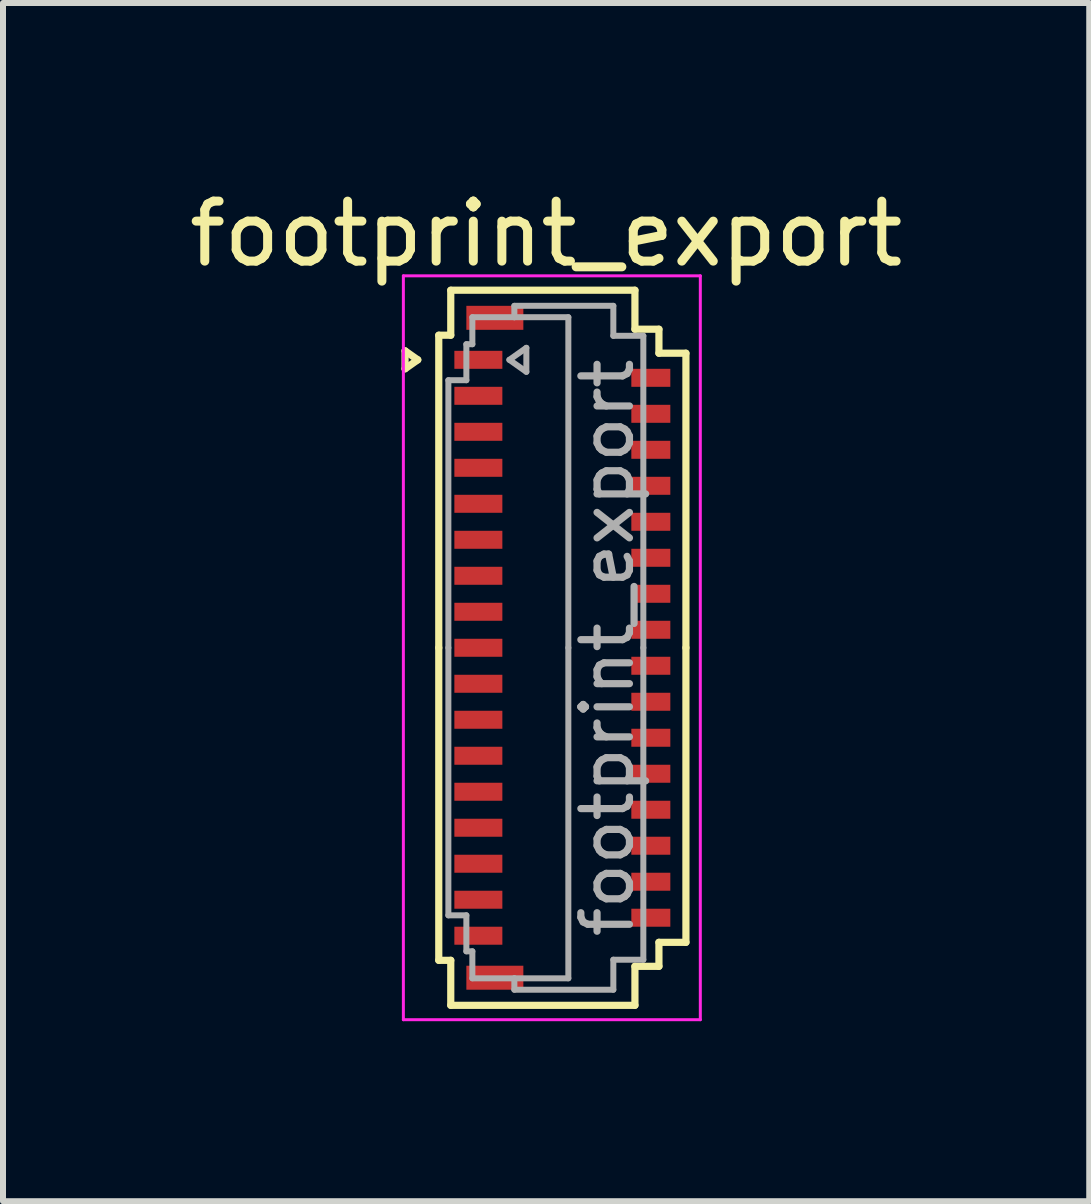
<source format=kicad_pcb>
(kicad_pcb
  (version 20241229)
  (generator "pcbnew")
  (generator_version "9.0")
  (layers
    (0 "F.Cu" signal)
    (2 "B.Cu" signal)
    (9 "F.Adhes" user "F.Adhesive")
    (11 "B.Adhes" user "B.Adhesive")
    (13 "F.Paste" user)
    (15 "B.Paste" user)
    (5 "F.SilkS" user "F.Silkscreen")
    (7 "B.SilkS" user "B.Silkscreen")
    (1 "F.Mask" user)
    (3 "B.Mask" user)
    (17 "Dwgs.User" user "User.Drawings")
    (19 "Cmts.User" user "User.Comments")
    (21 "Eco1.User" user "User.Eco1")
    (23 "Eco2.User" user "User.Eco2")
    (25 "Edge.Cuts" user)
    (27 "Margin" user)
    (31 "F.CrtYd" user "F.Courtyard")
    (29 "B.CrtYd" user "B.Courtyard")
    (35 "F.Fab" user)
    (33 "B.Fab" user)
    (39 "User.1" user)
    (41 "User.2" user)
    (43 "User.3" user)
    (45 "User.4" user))
  (footprint "footprint_export"
    (layer "F.Cu")
    (at 6.324 7.748)
    (property "Reference" "footprint_export" (at -0.27 -6.9 0) (layer "F.SilkS") (effects (font (size 1 1) (thickness 0.15))))
    (attr smd)
    (fp_line (start -2.622 -4.95) (end -2.41 -4.8) (stroke (width 0.12) (type solid)) (layer "F.SilkS"))
    (fp_line (start -2.622 -4.65) (end -2.622 -4.95) (stroke (width 0.12) (type solid)) (layer "F.SilkS"))
    (fp_line (start -2.41 -4.8) (end -2.622 -4.65) (stroke (width 0.12) (type solid)) (layer "F.SilkS"))
    (fp_line (start -2.06 -5.21) (end -2.06 0) (stroke (width 0.12) (type solid)) (layer "F.SilkS"))
    (fp_line (start -2.06 5.21) (end -2.06 0) (stroke (width 0.12) (type solid)) (layer "F.SilkS"))
    (fp_line (start -1.86 -5.96) (end -1.86 -5.21) (stroke (width 0.12) (type solid)) (layer "F.SilkS"))
    (fp_line (start -1.86 -5.21) (end -2.06 -5.21) (stroke (width 0.12) (type solid)) (layer "F.SilkS"))
    (fp_line (start -1.86 5.21) (end -2.06 5.21) (stroke (width 0.12) (type solid)) (layer "F.SilkS"))
    (fp_line (start -1.86 5.96) (end -1.86 5.21) (stroke (width 0.12) (type solid)) (layer "F.SilkS"))
    (fp_line (start 1.21 -5.96) (end -1.86 -5.96) (stroke (width 0.12) (type solid)) (layer "F.SilkS"))
    (fp_line (start 1.21 -5.31) (end 1.21 -5.96) (stroke (width 0.12) (type solid)) (layer "F.SilkS"))
    (fp_line (start 1.21 5.31) (end 1.21 5.96) (stroke (width 0.12) (type solid)) (layer "F.SilkS"))
    (fp_line (start 1.21 5.96) (end -1.86 5.96) (stroke (width 0.12) (type solid)) (layer "F.SilkS"))
    (fp_line (start 1.61 -5.31) (end 1.21 -5.31) (stroke (width 0.12) (type solid)) (layer "F.SilkS"))
    (fp_line (start 1.61 -4.91) (end 1.61 -5.31) (stroke (width 0.12) (type solid)) (layer "F.SilkS"))
    (fp_line (start 1.61 4.91) (end 1.61 5.31) (stroke (width 0.12) (type solid)) (layer "F.SilkS"))
    (fp_line (start 1.61 5.31) (end 1.21 5.31) (stroke (width 0.12) (type solid)) (layer "F.SilkS"))
    (fp_line (start 2.06 -4.91) (end 1.61 -4.91) (stroke (width 0.12) (type solid)) (layer "F.SilkS"))
    (fp_line (start 2.06 0) (end 2.06 -4.91) (stroke (width 0.12) (type solid)) (layer "F.SilkS"))
    (fp_line (start 2.06 0) (end 2.06 4.91) (stroke (width 0.12) (type solid)) (layer "F.SilkS"))
    (fp_line (start 2.06 4.91) (end 1.61 4.91) (stroke (width 0.12) (type solid)) (layer "F.SilkS"))
    (fp_line (start -2.65 -6.2) (end -2.65 6.2) (stroke (width 0.05) (type solid)) (layer "F.CrtYd"))
    (fp_line (start -2.65 6.2) (end 2.3 6.2) (stroke (width 0.05) (type solid)) (layer "F.CrtYd"))
    (fp_line (start 2.3 -6.2) (end -2.65 -6.2) (stroke (width 0.05) (type solid)) (layer "F.CrtYd"))
    (fp_line (start 2.3 6.2) (end 2.3 -6.2) (stroke (width 0.05) (type solid)) (layer "F.CrtYd"))
    (fp_line (start -1.9 -4.46) (end -1.6 -4.46) (stroke (width 0.1) (type solid)) (layer "F.Fab"))
    (fp_line (start -1.9 0) (end -1.9 -4.46) (stroke (width 0.1) (type solid)) (layer "F.Fab"))
    (fp_line (start -1.9 0) (end -1.9 4.46) (stroke (width 0.1) (type solid)) (layer "F.Fab"))
    (fp_line (start -1.9 4.46) (end -1.6 4.46) (stroke (width 0.1) (type solid)) (layer "F.Fab"))
    (fp_line (start -1.6 -5.06) (end -1.5 -5.06) (stroke (width 0.1) (type solid)) (layer "F.Fab"))
    (fp_line (start -1.6 -4.46) (end -1.6 -5.06) (stroke (width 0.1) (type solid)) (layer "F.Fab"))
    (fp_line (start -1.6 4.46) (end -1.6 5.06) (stroke (width 0.1) (type solid)) (layer "F.Fab"))
    (fp_line (start -1.6 5.06) (end -1.5 5.06) (stroke (width 0.1) (type solid)) (layer "F.Fab"))
    (fp_line (start -1.5 -5.51) (end -0.8 -5.51) (stroke (width 0.1) (type solid)) (layer "F.Fab"))
    (fp_line (start -1.5 -5.06) (end -1.5 -5.51) (stroke (width 0.1) (type solid)) (layer "F.Fab"))
    (fp_line (start -1.5 5.06) (end -1.5 5.51) (stroke (width 0.1) (type solid)) (layer "F.Fab"))
    (fp_line (start -1.5 5.51) (end -0.8 5.51) (stroke (width 0.1) (type solid)) (layer "F.Fab"))
    (fp_line (start -0.883 -4.8) (end -0.6 -4.6) (stroke (width 0.1) (type solid)) (layer "F.Fab"))
    (fp_line (start -0.8 -5.7) (end 0.85 -5.7) (stroke (width 0.1) (type solid)) (layer "F.Fab"))
    (fp_line (start -0.8 -5.51) (end -0.8 -5.7) (stroke (width 0.1) (type solid)) (layer "F.Fab"))
    (fp_line (start -0.8 5.51) (end -0.8 5.7) (stroke (width 0.1) (type solid)) (layer "F.Fab"))
    (fp_line (start -0.8 5.7) (end 0.85 5.7) (stroke (width 0.1) (type solid)) (layer "F.Fab"))
    (fp_line (start -0.6 -5) (end -0.883 -4.8) (stroke (width 0.1) (type solid)) (layer "F.Fab"))
    (fp_line (start -0.6 -4.6) (end -0.6 -5) (stroke (width 0.1) (type solid)) (layer "F.Fab"))
    (fp_line (start 0.1 -5.51) (end -0.8 -5.51) (stroke (width 0.1) (type solid)) (layer "F.Fab"))
    (fp_line (start 0.1 0) (end 0.1 -5.51) (stroke (width 0.1) (type solid)) (layer "F.Fab"))
    (fp_line (start 0.1 0) (end 0.1 5.51) (stroke (width 0.1) (type solid)) (layer "F.Fab"))
    (fp_line (start 0.1 5.51) (end -0.8 5.51) (stroke (width 0.1) (type solid)) (layer "F.Fab"))
    (fp_line (start 0.85 -5.7) (end 0.85 -5.2) (stroke (width 0.1) (type solid)) (layer "F.Fab"))
    (fp_line (start 0.85 -5.2) (end 1.35 -5.2) (stroke (width 0.1) (type solid)) (layer "F.Fab"))
    (fp_line (start 0.85 5.2) (end 1.35 5.2) (stroke (width 0.1) (type solid)) (layer "F.Fab"))
    (fp_line (start 0.85 5.7) (end 0.85 5.2) (stroke (width 0.1) (type solid)) (layer "F.Fab"))
    (fp_line (start 1.35 -5.2) (end 1.35 0) (stroke (width 0.1) (type solid)) (layer "F.Fab"))
    (fp_line (start 1.35 5.2) (end 1.35 0) (stroke (width 0.1) (type solid)) (layer "F.Fab"))
    (fp_text user "${REFERENCE}" (at 0.75 0 90) (layer "F.Fab") (effects (font (size 0.81 0.81) (thickness 0.12))))
    (pad "1" smd rect (at -1.4 -4.8) (size 0.8 0.3) (layers "F.Cu" "F.Mask" "F.Paste"))
    (pad "2" smd rect (at 1.475 -4.5) (size 0.65 0.3) (layers "F.Cu" "F.Mask" "F.Paste"))
    (pad "3" smd rect (at -1.4 -4.2) (size 0.8 0.3) (layers "F.Cu" "F.Mask" "F.Paste"))
    (pad "4" smd rect (at 1.475 -3.9) (size 0.65 0.3) (layers "F.Cu" "F.Mask" "F.Paste"))
    (pad "5" smd rect (at -1.4 -3.6) (size 0.8 0.3) (layers "F.Cu" "F.Mask" "F.Paste"))
    (pad "6" smd rect (at 1.475 -3.3) (size 0.65 0.3) (layers "F.Cu" "F.Mask" "F.Paste"))
    (pad "7" smd rect (at -1.4 -3) (size 0.8 0.3) (layers "F.Cu" "F.Mask" "F.Paste"))
    (pad "8" smd rect (at 1.475 -2.7) (size 0.65 0.3) (layers "F.Cu" "F.Mask" "F.Paste"))
    (pad "9" smd rect (at -1.4 -2.4) (size 0.8 0.3) (layers "F.Cu" "F.Mask" "F.Paste"))
    (pad "10" smd rect (at 1.475 -2.1) (size 0.65 0.3) (layers "F.Cu" "F.Mask" "F.Paste"))
    (pad "11" smd rect (at -1.4 -1.8) (size 0.8 0.3) (layers "F.Cu" "F.Mask" "F.Paste"))
    (pad "12" smd rect (at 1.475 -1.5) (size 0.65 0.3) (layers "F.Cu" "F.Mask" "F.Paste"))
    (pad "13" smd rect (at -1.4 -1.2) (size 0.8 0.3) (layers "F.Cu" "F.Mask" "F.Paste"))
    (pad "14" smd rect (at 1.475 -0.9) (size 0.65 0.3) (layers "F.Cu" "F.Mask" "F.Paste"))
    (pad "15" smd rect (at -1.4 -0.6) (size 0.8 0.3) (layers "F.Cu" "F.Mask" "F.Paste"))
    (pad "16" smd rect (at 1.475 -0.3) (size 0.65 0.3) (layers "F.Cu" "F.Mask" "F.Paste"))
    (pad "17" smd rect (at -1.4 0) (size 0.8 0.3) (layers "F.Cu" "F.Mask" "F.Paste"))
    (pad "18" smd rect (at 1.475 0.3) (size 0.65 0.3) (layers "F.Cu" "F.Mask" "F.Paste"))
    (pad "19" smd rect (at -1.4 0.6) (size 0.8 0.3) (layers "F.Cu" "F.Mask" "F.Paste"))
    (pad "20" smd rect (at 1.475 0.9) (size 0.65 0.3) (layers "F.Cu" "F.Mask" "F.Paste"))
    (pad "21" smd rect (at -1.4 1.2) (size 0.8 0.3) (layers "F.Cu" "F.Mask" "F.Paste"))
    (pad "22" smd rect (at 1.475 1.5) (size 0.65 0.3) (layers "F.Cu" "F.Mask" "F.Paste"))
    (pad "23" smd rect (at -1.4 1.8) (size 0.8 0.3) (layers "F.Cu" "F.Mask" "F.Paste"))
    (pad "24" smd rect (at 1.475 2.1) (size 0.65 0.3) (layers "F.Cu" "F.Mask" "F.Paste"))
    (pad "25" smd rect (at -1.4 2.4) (size 0.8 0.3) (layers "F.Cu" "F.Mask" "F.Paste"))
    (pad "26" smd rect (at 1.475 2.7) (size 0.65 0.3) (layers "F.Cu" "F.Mask" "F.Paste"))
    (pad "27" smd rect (at -1.4 3) (size 0.8 0.3) (layers "F.Cu" "F.Mask" "F.Paste"))
    (pad "28" smd rect (at 1.475 3.3) (size 0.65 0.3) (layers "F.Cu" "F.Mask" "F.Paste"))
    (pad "29" smd rect (at -1.4 3.6) (size 0.8 0.3) (layers "F.Cu" "F.Mask" "F.Paste"))
    (pad "30" smd rect (at 1.475 3.9) (size 0.65 0.3) (layers "F.Cu" "F.Mask" "F.Paste"))
    (pad "31" smd rect (at -1.4 4.2) (size 0.8 0.3) (layers "F.Cu" "F.Mask" "F.Paste"))
    (pad "32" smd rect (at 1.475 4.5) (size 0.65 0.3) (layers "F.Cu" "F.Mask" "F.Paste"))
    (pad "33" smd rect (at -1.4 4.8) (size 0.8 0.3) (layers "F.Cu" "F.Mask" "F.Paste"))
    (pad "MP" smd rect (at -1.125 -5.5) (size 0.95 0.4) (layers "F.Cu" "F.Mask" "F.Paste"))
    (pad "MP" smd rect (at -1.125 5.5) (size 0.95 0.4) (layers "F.Cu" "F.Mask" "F.Paste")))
  (gr_rect
    (start -3 -3)
    (end 15.107 16.973)
    (stroke (width 0.1) (type default))
    (fill no)
    (layer "Edge.Cuts")))
</source>
